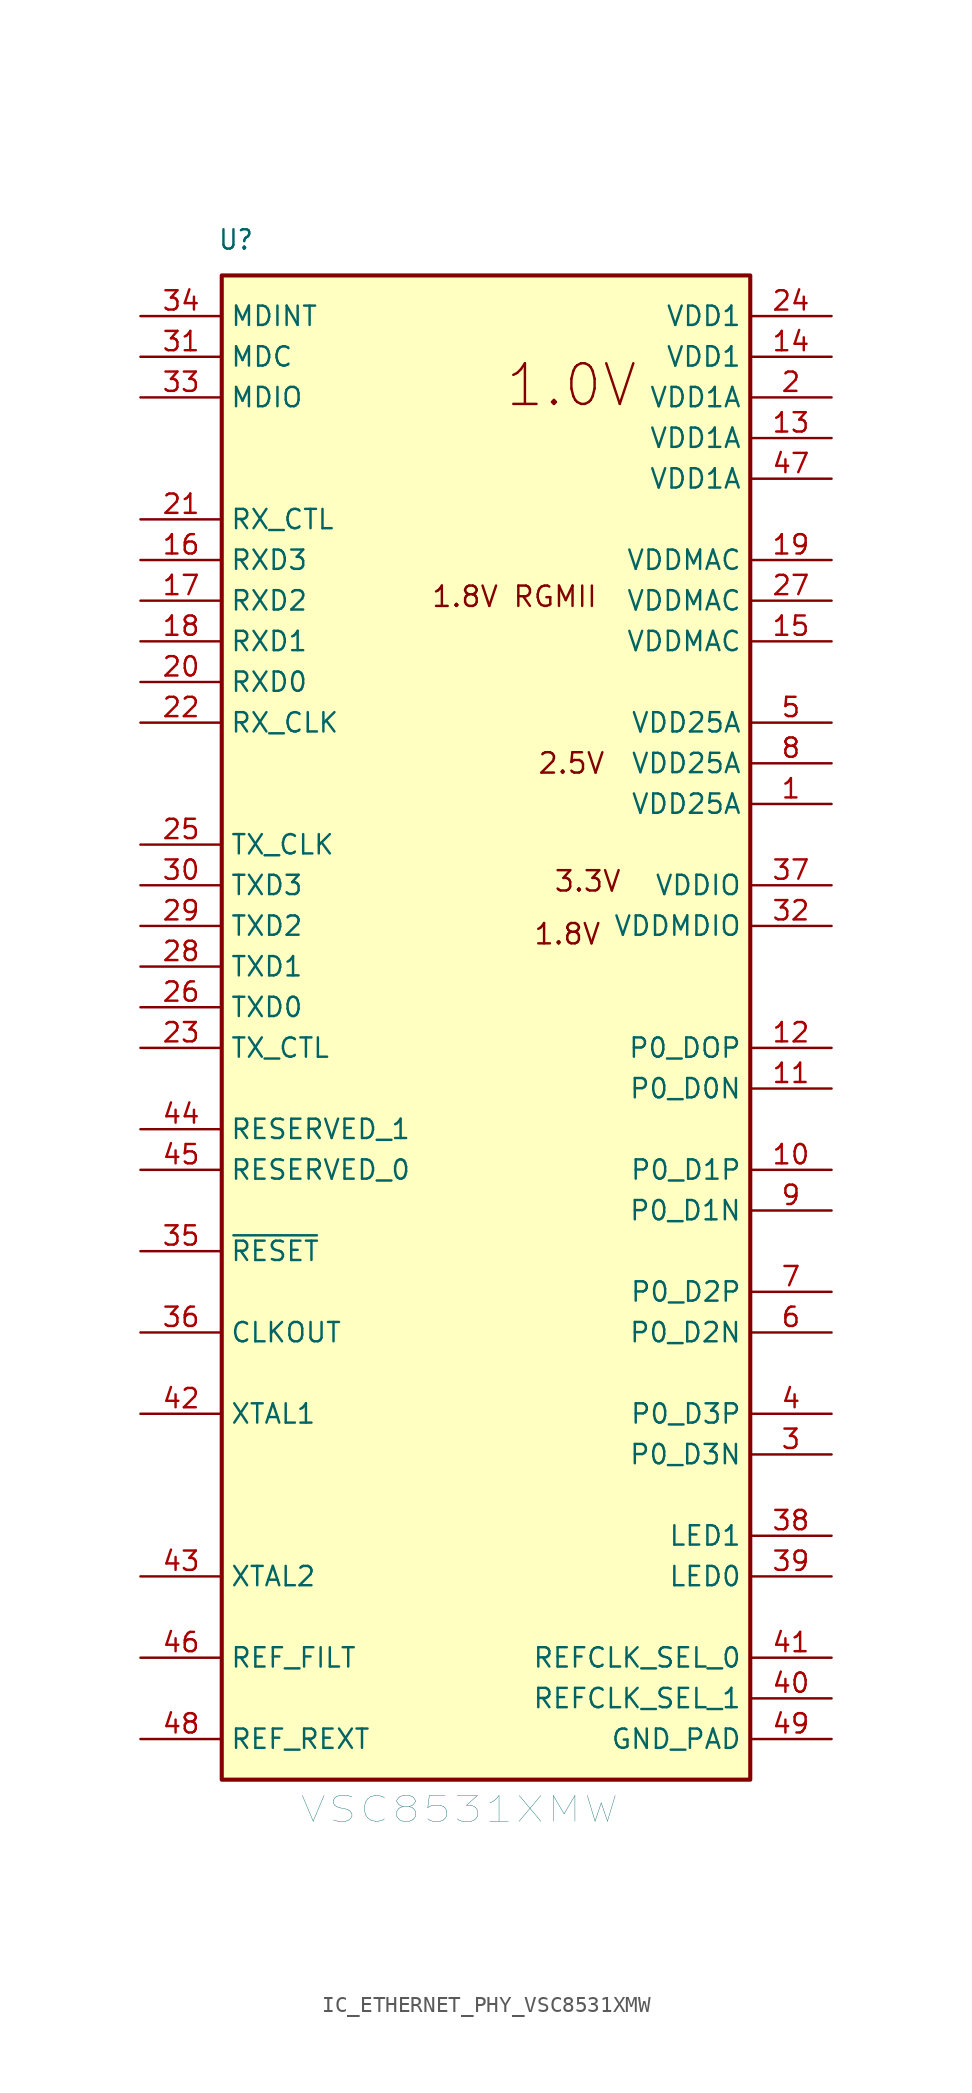
<source format=kicad_sym>
(kicad_symbol_lib
  (version 20241209)
  (generator "kicad_symbol_editor")
  (generator_version "9.0")
  (symbol "IC_ETHERNET_PHY_VSC8531XMW"
    (property "Reference" "U"
      (at 4.826 92.964 0)
      (effects (font (size 1.206 1.092) (thickness 0.152)) (justify left bottom)))
    (property "Value" "VSC8531XMW"
      (at 9.906 -5.334 0)
      (effects (font (size 1.609 2.032) (thickness 0.025)) (justify left bottom)))
    (symbol "IC_ETHERNET_PHY_VSC8531XMW_1_0"
      (polyline (pts (xy 5.08 -2.54) (xy 38.1 -2.54) (xy 38.1 91.44) (xy 5.08 91.44) (xy 5.08 -2.54)) (stroke (width 0.256) (type solid)) (fill (type background)))
      (pin passive line (at 0 88.9 0) (length 5.08) (name "MDINT" (effects (font (size 1.206 1.206)))) (number "34" (effects (font (size 1.206 1.206)))))
      (pin passive line (at 0 86.36 0) (length 5.08) (name "MDC" (effects (font (size 1.206 1.206)))) (number "31" (effects (font (size 1.206 1.206)))))
      (pin passive line (at 0 83.82 0) (length 5.08) (name "MDIO" (effects (font (size 1.206 1.206)))) (number "33" (effects (font (size 1.206 1.206)))))
      (pin passive line (at 0 76.2 0) (length 5.08) (name "RX_CTL" (effects (font (size 1.206 1.206)))) (number "21" (effects (font (size 1.206 1.206)))))
      (pin passive line (at 0 73.66 0) (length 5.08) (name "RXD3" (effects (font (size 1.206 1.206)))) (number "16" (effects (font (size 1.206 1.206)))))
      (pin passive line (at 0 71.12 0) (length 5.08) (name "RXD2" (effects (font (size 1.206 1.206)))) (number "17" (effects (font (size 1.206 1.206)))))
      (pin passive line (at 0 68.58 0) (length 5.08) (name "RXD1" (effects (font (size 1.206 1.206)))) (number "18" (effects (font (size 1.206 1.206)))))
      (pin passive line (at 0 66.04 0) (length 5.08) (name "RXD0" (effects (font (size 1.206 1.206)))) (number "20" (effects (font (size 1.206 1.206)))))
      (pin passive line (at 0 63.5 0) (length 5.08) (name "RX_CLK" (effects (font (size 1.206 1.206)))) (number "22" (effects (font (size 1.206 1.206)))))
      (pin passive line (at 0 55.88 0) (length 5.08) (name "TX_CLK" (effects (font (size 1.206 1.206)))) (number "25" (effects (font (size 1.206 1.206)))))
      (pin passive line (at 0 53.34 0) (length 5.08) (name "TXD3" (effects (font (size 1.206 1.206)))) (number "30" (effects (font (size 1.206 1.206)))))
      (pin passive line (at 0 50.8 0) (length 5.08) (name "TXD2" (effects (font (size 1.206 1.206)))) (number "29" (effects (font (size 1.206 1.206)))))
      (pin passive line (at 0 48.26 0) (length 5.08) (name "TXD1" (effects (font (size 1.206 1.206)))) (number "28" (effects (font (size 1.206 1.206)))))
      (pin passive line (at 0 45.72 0) (length 5.08) (name "TXD0" (effects (font (size 1.206 1.206)))) (number "26" (effects (font (size 1.206 1.206)))))
      (pin passive line (at 0 43.18 0) (length 5.08) (name "TX_CTL" (effects (font (size 1.206 1.206)))) (number "23" (effects (font (size 1.206 1.206)))))
      (pin passive line (at 0 38.1 0) (length 5.08) (name "RESERVED_1" (effects (font (size 1.206 1.206)))) (number "44" (effects (font (size 1.206 1.206)))))
      (pin passive line (at 0 35.56 0) (length 5.08) (name "RESERVED_0" (effects (font (size 1.206 1.206)))) (number "45" (effects (font (size 1.206 1.206)))))
      (pin passive line (at 0 30.48 0) (length 5.08) (name "~{RESET}" (effects (font (size 1.206 1.206)))) (number "35" (effects (font (size 1.206 1.206)))))
      (pin passive line (at 0 25.4 0) (length 5.08) (name "CLKOUT" (effects (font (size 1.206 1.206)))) (number "36" (effects (font (size 1.206 1.206)))))
      (pin passive line (at 0 20.32 0) (length 5.08) (name "XTAL1" (effects (font (size 1.206 1.206)))) (number "42" (effects (font (size 1.206 1.206)))))
      (pin passive line (at 0 10.16 0) (length 5.08) (name "XTAL2" (effects (font (size 1.206 1.206)))) (number "43" (effects (font (size 1.206 1.206)))))
      (pin passive line (at 0 5.08 0) (length 5.08) (name "REF_FILT" (effects (font (size 1.206 1.206)))) (number "46" (effects (font (size 1.206 1.206)))))
      (pin passive line (at 0 0 0) (length 5.08) (name "REF_REXT" (effects (font (size 1.206 1.206)))) (number "48" (effects (font (size 1.206 1.206)))))
      (pin passive line (at 43.18 88.9 180) (length 5.08) (name "VDD1" (effects (font (size 1.206 1.206)))) (number "24" (effects (font (size 1.206 1.206)))))
      (pin passive line (at 43.18 86.36 180) (length 5.08) (name "VDD1" (effects (font (size 1.206 1.206)))) (number "14" (effects (font (size 1.206 1.206)))))
      (pin passive line (at 43.18 83.82 180) (length 5.08) (name "VDD1A" (effects (font (size 1.206 1.206)))) (number "2" (effects (font (size 1.206 1.206)))))
      (pin passive line (at 43.18 81.28 180) (length 5.08) (name "VDD1A" (effects (font (size 1.206 1.206)))) (number "13" (effects (font (size 1.206 1.206)))))
      (pin passive line (at 43.18 78.74 180) (length 5.08) (name "VDD1A" (effects (font (size 1.206 1.206)))) (number "47" (effects (font (size 1.206 1.206)))))
      (pin passive line (at 43.18 73.66 180) (length 5.08) (name "VDDMAC" (effects (font (size 1.206 1.206)))) (number "19" (effects (font (size 1.206 1.206)))))
      (pin passive line (at 43.18 71.12 180) (length 5.08) (name "VDDMAC" (effects (font (size 1.206 1.206)))) (number "27" (effects (font (size 1.206 1.206)))))
      (pin passive line (at 43.18 68.58 180) (length 5.08) (name "VDDMAC" (effects (font (size 1.206 1.206)))) (number "15" (effects (font (size 1.206 1.206)))))
      (pin passive line (at 43.18 63.5 180) (length 5.08) (name "VDD25A" (effects (font (size 1.206 1.206)))) (number "5" (effects (font (size 1.206 1.206)))))
      (pin passive line (at 43.18 60.96 180) (length 5.08) (name "VDD25A" (effects (font (size 1.206 1.206)))) (number "8" (effects (font (size 1.206 1.206)))))
      (pin passive line (at 43.18 58.42 180) (length 5.08) (name "VDD25A" (effects (font (size 1.206 1.206)))) (number "1" (effects (font (size 1.206 1.206)))))
      (pin passive line (at 43.18 53.34 180) (length 5.08) (name "VDDIO" (effects (font (size 1.206 1.206)))) (number "37" (effects (font (size 1.206 1.206)))))
      (pin passive line (at 43.18 50.8 180) (length 5.08) (name "VDDMDIO" (effects (font (size 1.206 1.206)))) (number "32" (effects (font (size 1.206 1.206)))))
      (pin passive line (at 43.18 43.18 180) (length 5.08) (name "P0_DOP" (effects (font (size 1.206 1.206)))) (number "12" (effects (font (size 1.206 1.206)))))
      (pin passive line (at 43.18 40.64 180) (length 5.08) (name "P0_D0N" (effects (font (size 1.206 1.206)))) (number "11" (effects (font (size 1.206 1.206)))))
      (pin passive line (at 43.18 35.56 180) (length 5.08) (name "P0_D1P" (effects (font (size 1.206 1.206)))) (number "10" (effects (font (size 1.206 1.206)))))
      (pin passive line (at 43.18 33.02 180) (length 5.08) (name "P0_D1N" (effects (font (size 1.206 1.206)))) (number "9" (effects (font (size 1.206 1.206)))))
      (pin passive line (at 43.18 27.94 180) (length 5.08) (name "P0_D2P" (effects (font (size 1.206 1.206)))) (number "7" (effects (font (size 1.206 1.206)))))
      (pin passive line (at 43.18 25.4 180) (length 5.08) (name "P0_D2N" (effects (font (size 1.206 1.206)))) (number "6" (effects (font (size 1.206 1.206)))))
      (pin passive line (at 43.18 20.32 180) (length 5.08) (name "P0_D3P" (effects (font (size 1.206 1.206)))) (number "4" (effects (font (size 1.206 1.206)))))
      (pin passive line (at 43.18 17.78 180) (length 5.08) (name "P0_D3N" (effects (font (size 1.206 1.206)))) (number "3" (effects (font (size 1.206 1.206)))))
      (pin passive line (at 43.18 12.7 180) (length 5.08) (name "LED1" (effects (font (size 1.206 1.206)))) (number "38" (effects (font (size 1.206 1.206)))))
      (pin passive line (at 43.18 10.16 180) (length 5.08) (name "LED0" (effects (font (size 1.206 1.206)))) (number "39" (effects (font (size 1.206 1.206)))))
      (pin passive line (at 43.18 5.08 180) (length 5.08) (name "REFCLK_SEL_0" (effects (font (size 1.206 1.206)))) (number "41" (effects (font (size 1.206 1.206)))))
      (pin passive line (at 43.18 2.54 180) (length 5.08) (name "REFCLK_SEL_1" (effects (font (size 1.206 1.206)))) (number "40" (effects (font (size 1.206 1.206)))))
      (pin passive line (at 43.18 0 180) (length 5.08) (name "GND_PAD" (effects (font (size 1.206 1.206)))) (number "49" (effects (font (size 1.206 1.206))))))
    (symbol "IC_ETHERNET_PHY_VSC8531XMW_1_1"
      (text "1.8V RGMII" (at 23.368 71.374 0) (effects (font (size 1.27 1.27))))
      (text "1.8V" (at 26.67 50.292 0) (effects (font (size 1.27 1.27))))
      (text "1.0V" (at 26.924 84.582 0) (effects (font (size 2.54 2.54))))
      (text "2.5V" (at 26.924 60.96 0) (effects (font (size 1.27 1.27))))
      (text "3.3V" (at 27.94 53.594 0) (effects (font (size 1.27 1.27)))))))
</source>
